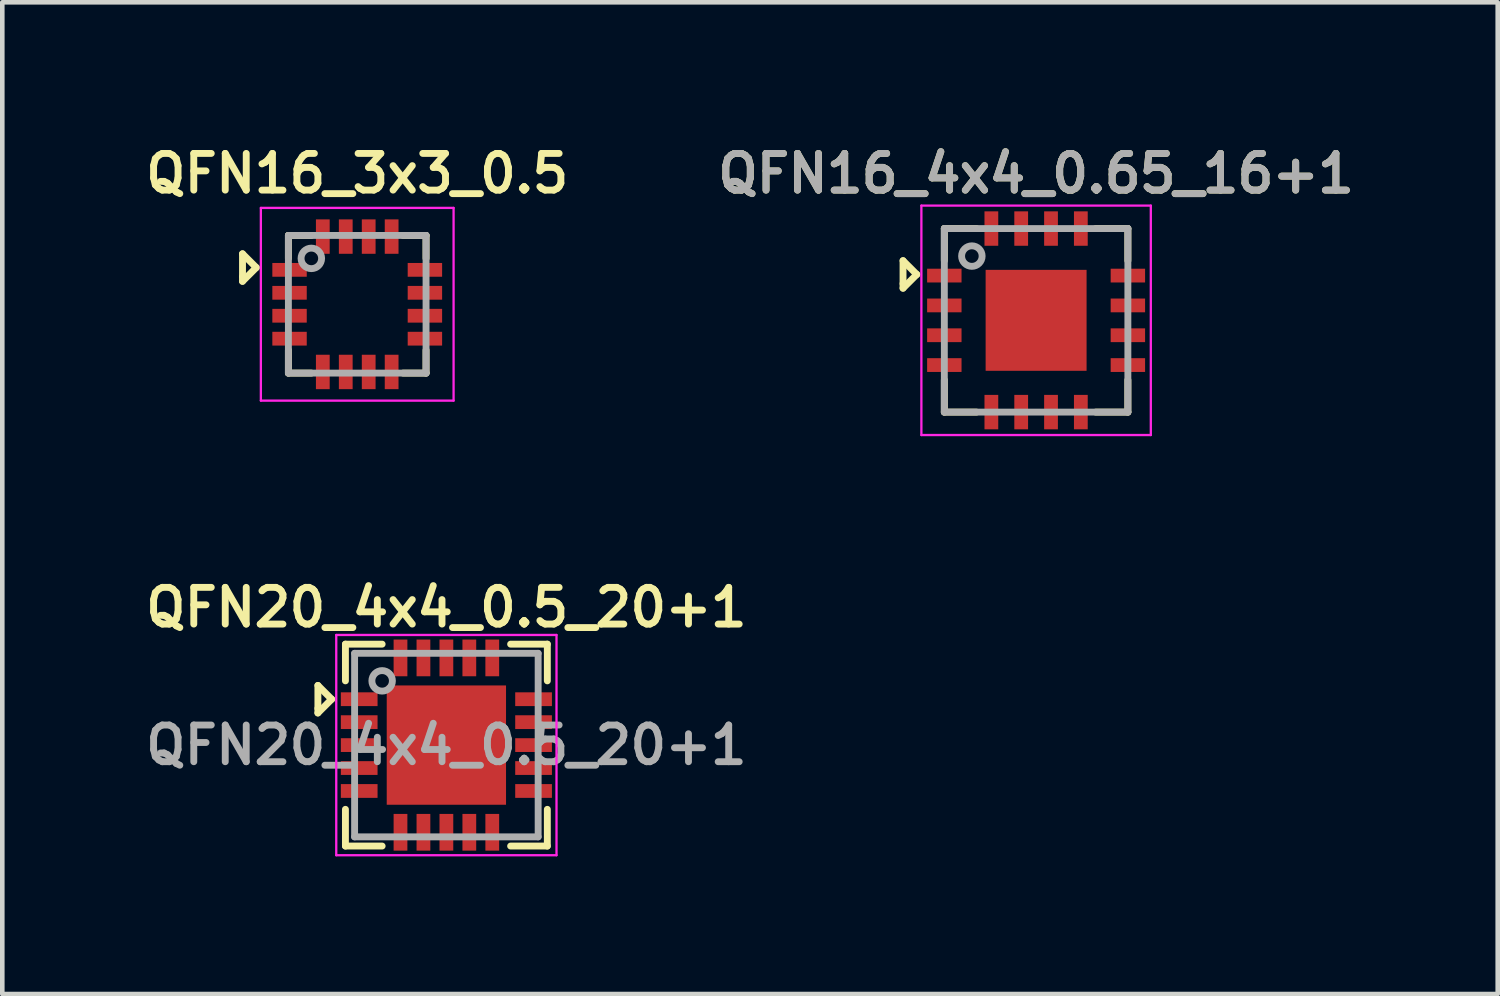
<source format=kicad_pcb>
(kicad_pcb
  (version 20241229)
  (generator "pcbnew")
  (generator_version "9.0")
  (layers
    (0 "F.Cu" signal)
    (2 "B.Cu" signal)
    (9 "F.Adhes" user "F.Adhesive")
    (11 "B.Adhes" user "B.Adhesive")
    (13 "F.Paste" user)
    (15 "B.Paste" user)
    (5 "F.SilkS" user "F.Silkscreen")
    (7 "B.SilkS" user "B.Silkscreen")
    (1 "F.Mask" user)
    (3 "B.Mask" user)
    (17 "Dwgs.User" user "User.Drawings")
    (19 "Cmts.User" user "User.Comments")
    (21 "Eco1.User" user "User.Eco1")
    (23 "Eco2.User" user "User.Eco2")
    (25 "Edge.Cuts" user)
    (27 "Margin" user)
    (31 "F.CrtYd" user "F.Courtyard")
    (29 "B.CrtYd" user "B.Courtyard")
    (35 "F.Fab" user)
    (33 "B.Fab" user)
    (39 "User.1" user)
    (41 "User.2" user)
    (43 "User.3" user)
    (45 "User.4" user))
  (footprint "QFN20_4x4_0.5_20+1"
    (layer "F.Cu")
    (at 6.678 13.188)
    (property "Reference" "QFN20_4x4_0.5_20+1" (at 0 -3 0) (layer "F.SilkS") (effects (font (size 0.8 0.8) (thickness 0.15))))
    (attr smd)
    (fp_line (start -2.8 -1.3) (end -2.5 -1) (stroke (width 0.15) (type solid)) (layer "F.SilkS"))
    (fp_line (start -2.8 -0.8) (end -2.8 -1.3) (stroke (width 0.15) (type solid)) (layer "F.SilkS"))
    (fp_line (start -2.8 -0.7) (end -2.8 -0.8) (stroke (width 0.15) (type solid)) (layer "F.SilkS"))
    (fp_line (start -2.5 -1) (end -2.8 -0.7) (stroke (width 0.15) (type solid)) (layer "F.SilkS"))
    (fp_line (start -2.2 -2.2) (end -2.2 -1.4) (stroke (width 0.15) (type solid)) (layer "F.SilkS"))
    (fp_line (start -2.2 1.4) (end -2.2 2.2) (stroke (width 0.15) (type solid)) (layer "F.SilkS"))
    (fp_line (start -2.2 2.2) (end -1.4 2.2) (stroke (width 0.15) (type solid)) (layer "F.SilkS"))
    (fp_line (start -1.4 -2.2) (end -2.2 -2.2) (stroke (width 0.15) (type solid)) (layer "F.SilkS"))
    (fp_line (start 1.4 -2.2) (end 2.2 -2.2) (stroke (width 0.15) (type solid)) (layer "F.SilkS"))
    (fp_line (start 1.4 2.2) (end 2.2 2.2) (stroke (width 0.15) (type solid)) (layer "F.SilkS"))
    (fp_line (start 2.2 -2.2) (end 2.2 -1.4) (stroke (width 0.15) (type solid)) (layer "F.SilkS"))
    (fp_line (start 2.2 2.2) (end 2.2 1.4) (stroke (width 0.15) (type solid)) (layer "F.SilkS"))
    (fp_line (start -2.4 -2.4) (end -2.4 2.4) (stroke (width 0.05) (type solid)) (layer "F.CrtYd"))
    (fp_line (start -2.4 -2.4) (end 2.4 -2.4) (stroke (width 0.05) (type solid)) (layer "F.CrtYd"))
    (fp_line (start -2.4 2.4) (end 2.4 2.4) (stroke (width 0.05) (type solid)) (layer "F.CrtYd"))
    (fp_line (start 2.4 -2.4) (end 2.4 2.4) (stroke (width 0.05) (type solid)) (layer "F.CrtYd"))
    (fp_line (start -2 -2) (end 2 -2) (stroke (width 0.15) (type solid)) (layer "F.Fab"))
    (fp_line (start -2 2) (end -2 -2) (stroke (width 0.15) (type solid)) (layer "F.Fab"))
    (fp_line (start 2 -2) (end 2 2) (stroke (width 0.15) (type solid)) (layer "F.Fab"))
    (fp_line (start 2 2) (end -2 2) (stroke (width 0.15) (type solid)) (layer "F.Fab"))
    (fp_circle (center -1.4 -1.4) (end -1.3 -1.2) (stroke (width 0.15) (type solid)) (fill no) (layer "F.Fab"))
    (fp_text user "${REFERENCE}" (at 0 0 0) (layer "F.Fab") (effects (font (size 0.8 0.8) (thickness 0.15))))
    (pad "1" smd rect (at -1.9 -1) (size 0.8 0.3) (layers "F.Cu" "F.Mask" "F.Paste"))
    (pad "2" smd rect (at -1.9 -0.5) (size 0.8 0.3) (layers "F.Cu" "F.Mask" "F.Paste"))
    (pad "3" smd rect (at -1.9 0) (size 0.8 0.3) (layers "F.Cu" "F.Mask" "F.Paste"))
    (pad "4" smd rect (at -1.9 0.5) (size 0.8 0.3) (layers "F.Cu" "F.Mask" "F.Paste"))
    (pad "5" smd rect (at -1.9 1) (size 0.8 0.3) (layers "F.Cu" "F.Mask" "F.Paste"))
    (pad "6" smd rect (at -1 1.9 90) (size 0.8 0.3) (layers "F.Cu" "F.Mask" "F.Paste"))
    (pad "7" smd rect (at -0.5 1.9 90) (size 0.8 0.3) (layers "F.Cu" "F.Mask" "F.Paste"))
    (pad "8" smd rect (at 0 1.9 90) (size 0.8 0.3) (layers "F.Cu" "F.Mask" "F.Paste"))
    (pad "9" smd rect (at 0.5 1.9 90) (size 0.8 0.3) (layers "F.Cu" "F.Mask" "F.Paste"))
    (pad "10" smd rect (at 1 1.9 90) (size 0.8 0.3) (layers "F.Cu" "F.Mask" "F.Paste"))
    (pad "11" smd rect (at 1.9 1) (size 0.8 0.3) (layers "F.Cu" "F.Mask" "F.Paste"))
    (pad "12" smd rect (at 1.9 0.5) (size 0.8 0.3) (layers "F.Cu" "F.Mask" "F.Paste"))
    (pad "13" smd rect (at 1.9 0) (size 0.8 0.3) (layers "F.Cu" "F.Mask" "F.Paste"))
    (pad "14" smd rect (at 1.9 -0.5) (size 0.8 0.3) (layers "F.Cu" "F.Mask" "F.Paste"))
    (pad "15" smd rect (at 1.9 -1) (size 0.8 0.3) (layers "F.Cu" "F.Mask" "F.Paste"))
    (pad "16" smd rect (at 1 -1.9 90) (size 0.8 0.3) (layers "F.Cu" "F.Mask" "F.Paste"))
    (pad "17" smd rect (at 0.5 -1.9 90) (size 0.8 0.3) (layers "F.Cu" "F.Mask" "F.Paste"))
    (pad "18" smd rect (at 0 -1.9 90) (size 0.8 0.3) (layers "F.Cu" "F.Mask" "F.Paste"))
    (pad "19" smd rect (at -0.5 -1.9 90) (size 0.8 0.3) (layers "F.Cu" "F.Mask" "F.Paste"))
    (pad "20" smd rect (at -1 -1.9 90) (size 0.8 0.3) (layers "F.Cu" "F.Mask" "F.Paste"))
    (pad "EP" smd rect (at 0 0) (size 2.6 2.6) (layers "F.Cu" "F.Mask" "F.Paste")))
  (footprint "QFN16_4x4_0.65_16+1"
    (layer "F.Cu")
    (at 19.53 3.931)
    (property "Reference" "QFN16_4x4_0.65_16+1" (at 0 -3.2 0) (layer "F.SilkS") (effects (font (size 0.8 0.8) (thickness 0.15))))
    (attr smd)
    (fp_line (start -2.9 -1.3) (end -2.6 -1) (stroke (width 0.15) (type solid)) (layer "F.SilkS"))
    (fp_line (start -2.9 -0.8) (end -2.9 -1.3) (stroke (width 0.15) (type solid)) (layer "F.SilkS"))
    (fp_line (start -2.9 -0.7) (end -2.9 -0.8) (stroke (width 0.15) (type solid)) (layer "F.SilkS"))
    (fp_line (start -2.6 -1) (end -2.9 -0.7) (stroke (width 0.15) (type solid)) (layer "F.SilkS"))
    (fp_line (start -2 -2) (end -2 -1.3) (stroke (width 0.15) (type solid)) (layer "F.SilkS"))
    (fp_line (start -2 1.3) (end -2 2) (stroke (width 0.15) (type solid)) (layer "F.SilkS"))
    (fp_line (start -2 2) (end -1.3 2) (stroke (width 0.15) (type solid)) (layer "F.SilkS"))
    (fp_line (start -1.3 -2) (end -2 -2) (stroke (width 0.15) (type solid)) (layer "F.SilkS"))
    (fp_line (start 1.3 -2) (end 2 -2) (stroke (width 0.15) (type solid)) (layer "F.SilkS"))
    (fp_line (start 1.3 2) (end 2 2) (stroke (width 0.15) (type solid)) (layer "F.SilkS"))
    (fp_line (start 2 -2) (end 2 -1.3) (stroke (width 0.15) (type solid)) (layer "F.SilkS"))
    (fp_line (start 2 2) (end 2 1.3) (stroke (width 0.15) (type solid)) (layer "F.SilkS"))
    (fp_line (start -2.5 -2.5) (end -2.5 2.5) (stroke (width 0.05) (type solid)) (layer "F.CrtYd"))
    (fp_line (start -2.5 -2.5) (end 2.5 -2.5) (stroke (width 0.05) (type solid)) (layer "F.CrtYd"))
    (fp_line (start -2.5 2.5) (end 2.5 2.5) (stroke (width 0.05) (type solid)) (layer "F.CrtYd"))
    (fp_line (start 2.5 -2.5) (end 2.5 2.5) (stroke (width 0.05) (type solid)) (layer "F.CrtYd"))
    (fp_line (start -2 -2) (end 2 -2) (stroke (width 0.15) (type solid)) (layer "F.Fab"))
    (fp_line (start -2 2) (end -2 -2) (stroke (width 0.15) (type solid)) (layer "F.Fab"))
    (fp_line (start 2 -2) (end 2 2) (stroke (width 0.15) (type solid)) (layer "F.Fab"))
    (fp_line (start 2 2) (end -2 2) (stroke (width 0.15) (type solid)) (layer "F.Fab"))
    (fp_circle (center -1.4 -1.4) (end -1.3 -1.2) (stroke (width 0.15) (type solid)) (fill no) (layer "F.Fab"))
    (fp_text user "${REFERENCE}" (at 0 -3.2 0) (layer "F.Fab") (effects (font (size 0.8 0.8) (thickness 0.15))))
    (pad "1" smd rect (at -2 -0.975) (size 0.75 0.3) (layers "F.Cu" "F.Mask" "F.Paste"))
    (pad "2" smd rect (at -2 -0.325) (size 0.75 0.3) (layers "F.Cu" "F.Mask" "F.Paste"))
    (pad "3" smd rect (at -2 0.325) (size 0.75 0.3) (layers "F.Cu" "F.Mask" "F.Paste"))
    (pad "4" smd rect (at -2 0.975) (size 0.75 0.3) (layers "F.Cu" "F.Mask" "F.Paste"))
    (pad "5" smd rect (at -0.975 2 90) (size 0.75 0.3) (layers "F.Cu" "F.Mask" "F.Paste"))
    (pad "6" smd rect (at -0.325 2 90) (size 0.75 0.3) (layers "F.Cu" "F.Mask" "F.Paste"))
    (pad "7" smd rect (at 0.325 2 90) (size 0.75 0.3) (layers "F.Cu" "F.Mask" "F.Paste"))
    (pad "8" smd rect (at 0.975 2 90) (size 0.75 0.3) (layers "F.Cu" "F.Mask" "F.Paste"))
    (pad "9" smd rect (at 2 0.975) (size 0.75 0.3) (layers "F.Cu" "F.Mask" "F.Paste"))
    (pad "10" smd rect (at 2 0.325) (size 0.75 0.3) (layers "F.Cu" "F.Mask" "F.Paste"))
    (pad "11" smd rect (at 2 -0.325) (size 0.75 0.3) (layers "F.Cu" "F.Mask" "F.Paste"))
    (pad "12" smd rect (at 2 -0.975) (size 0.75 0.3) (layers "F.Cu" "F.Mask" "F.Paste"))
    (pad "13" smd rect (at 0.975 -2 90) (size 0.75 0.3) (layers "F.Cu" "F.Mask" "F.Paste"))
    (pad "14" smd rect (at 0.325 -2 90) (size 0.75 0.3) (layers "F.Cu" "F.Mask" "F.Paste"))
    (pad "15" smd rect (at -0.325 -2 90) (size 0.75 0.3) (layers "F.Cu" "F.Mask" "F.Paste"))
    (pad "16" smd rect (at -0.975 -2 90) (size 0.75 0.3) (layers "F.Cu" "F.Mask" "F.Paste"))
    (pad "17" smd rect (at 0 0) (size 2.2 2.2) (layers "F.Cu" "F.Mask" "F.Paste")))
  (footprint "QFN16_3x3_0.5"
    (layer "F.Cu")
    (at 4.735 3.581)
    (property "Reference" "QFN16_3x3_0.5" (at 0 -2.85 0) (layer "F.SilkS") (effects (font (size 0.8 0.8) (thickness 0.15))))
    (attr smd)
    (fp_line (start -2.5 -1.1) (end -2.2 -0.8) (stroke (width 0.15) (type solid)) (layer "F.SilkS"))
    (fp_line (start -2.5 -0.6) (end -2.5 -1.1) (stroke (width 0.15) (type solid)) (layer "F.SilkS"))
    (fp_line (start -2.5 -0.5) (end -2.5 -0.6) (stroke (width 0.15) (type solid)) (layer "F.SilkS"))
    (fp_line (start -2.2 -0.8) (end -2.5 -0.5) (stroke (width 0.15) (type solid)) (layer "F.SilkS"))
    (fp_line (start -1.5 -1.5) (end -1.5 -1) (stroke (width 0.15) (type solid)) (layer "F.SilkS"))
    (fp_line (start -1.5 1) (end -1.5 1.5) (stroke (width 0.15) (type solid)) (layer "F.SilkS"))
    (fp_line (start -1.5 1.5) (end -1 1.5) (stroke (width 0.15) (type solid)) (layer "F.SilkS"))
    (fp_line (start -1 -1.5) (end -1.5 -1.5) (stroke (width 0.15) (type solid)) (layer "F.SilkS"))
    (fp_line (start 1 -1.5) (end 1.5 -1.5) (stroke (width 0.15) (type solid)) (layer "F.SilkS"))
    (fp_line (start 1 1.5) (end 1.5 1.5) (stroke (width 0.15) (type solid)) (layer "F.SilkS"))
    (fp_line (start 1.5 -1.5) (end 1.5 -1) (stroke (width 0.15) (type solid)) (layer "F.SilkS"))
    (fp_line (start 1.5 1.5) (end 1.5 1) (stroke (width 0.15) (type solid)) (layer "F.SilkS"))
    (fp_line (start -2.1 -2.1) (end -2.1 2.1) (stroke (width 0.05) (type solid)) (layer "F.CrtYd"))
    (fp_line (start -2.1 -2.1) (end 2.1 -2.1) (stroke (width 0.05) (type solid)) (layer "F.CrtYd"))
    (fp_line (start -2.1 2.1) (end 2.1 2.1) (stroke (width 0.05) (type solid)) (layer "F.CrtYd"))
    (fp_line (start 2.1 -2.1) (end 2.1 2.1) (stroke (width 0.05) (type solid)) (layer "F.CrtYd"))
    (fp_line (start -1.5 -1.5) (end 1.5 -1.5) (stroke (width 0.15) (type solid)) (layer "F.Fab"))
    (fp_line (start -1.5 1.5) (end -1.5 -1.5) (stroke (width 0.15) (type solid)) (layer "F.Fab"))
    (fp_line (start 1.5 -1.5) (end 1.5 1.5) (stroke (width 0.15) (type solid)) (layer "F.Fab"))
    (fp_line (start 1.5 1.5) (end -1.5 1.5) (stroke (width 0.15) (type solid)) (layer "F.Fab"))
    (fp_circle (center -1 -1) (end -0.9 -0.8) (stroke (width 0.15) (type solid)) (fill no) (layer "F.Fab"))
    (pad "1" smd rect (at -1.475 -0.75) (size 0.75 0.3) (layers "F.Cu" "F.Mask" "F.Paste"))
    (pad "2" smd rect (at -1.475 -0.25) (size 0.75 0.3) (layers "F.Cu" "F.Mask" "F.Paste"))
    (pad "3" smd rect (at -1.475 0.25) (size 0.75 0.3) (layers "F.Cu" "F.Mask" "F.Paste"))
    (pad "4" smd rect (at -1.475 0.75) (size 0.75 0.3) (layers "F.Cu" "F.Mask" "F.Paste"))
    (pad "5" smd rect (at -0.75 1.475 90) (size 0.75 0.3) (layers "F.Cu" "F.Mask" "F.Paste"))
    (pad "6" smd rect (at -0.25 1.475 90) (size 0.75 0.3) (layers "F.Cu" "F.Mask" "F.Paste"))
    (pad "7" smd rect (at 0.25 1.475 90) (size 0.75 0.3) (layers "F.Cu" "F.Mask" "F.Paste"))
    (pad "8" smd rect (at 0.75 1.475 90) (size 0.75 0.3) (layers "F.Cu" "F.Mask" "F.Paste"))
    (pad "9" smd rect (at 1.475 0.75) (size 0.75 0.3) (layers "F.Cu" "F.Mask" "F.Paste"))
    (pad "10" smd rect (at 1.475 0.25) (size 0.75 0.3) (layers "F.Cu" "F.Mask" "F.Paste"))
    (pad "11" smd rect (at 1.475 -0.25) (size 0.75 0.3) (layers "F.Cu" "F.Mask" "F.Paste"))
    (pad "12" smd rect (at 1.475 -0.75) (size 0.75 0.3) (layers "F.Cu" "F.Mask" "F.Paste"))
    (pad "13" smd rect (at 0.75 -1.475 90) (size 0.75 0.3) (layers "F.Cu" "F.Mask" "F.Paste"))
    (pad "14" smd rect (at 0.25 -1.475 90) (size 0.75 0.3) (layers "F.Cu" "F.Mask" "F.Paste"))
    (pad "15" smd rect (at -0.25 -1.475 90) (size 0.75 0.3) (layers "F.Cu" "F.Mask" "F.Paste"))
    (pad "16" smd rect (at -0.75 -1.475 90) (size 0.75 0.3) (layers "F.Cu" "F.Mask" "F.Paste")))
  (gr_rect
    (start -3 -3)
    (end 29.59 18.613)
    (stroke (width 0.1) (type default))
    (fill no)
    (layer "Edge.Cuts")))
</source>
